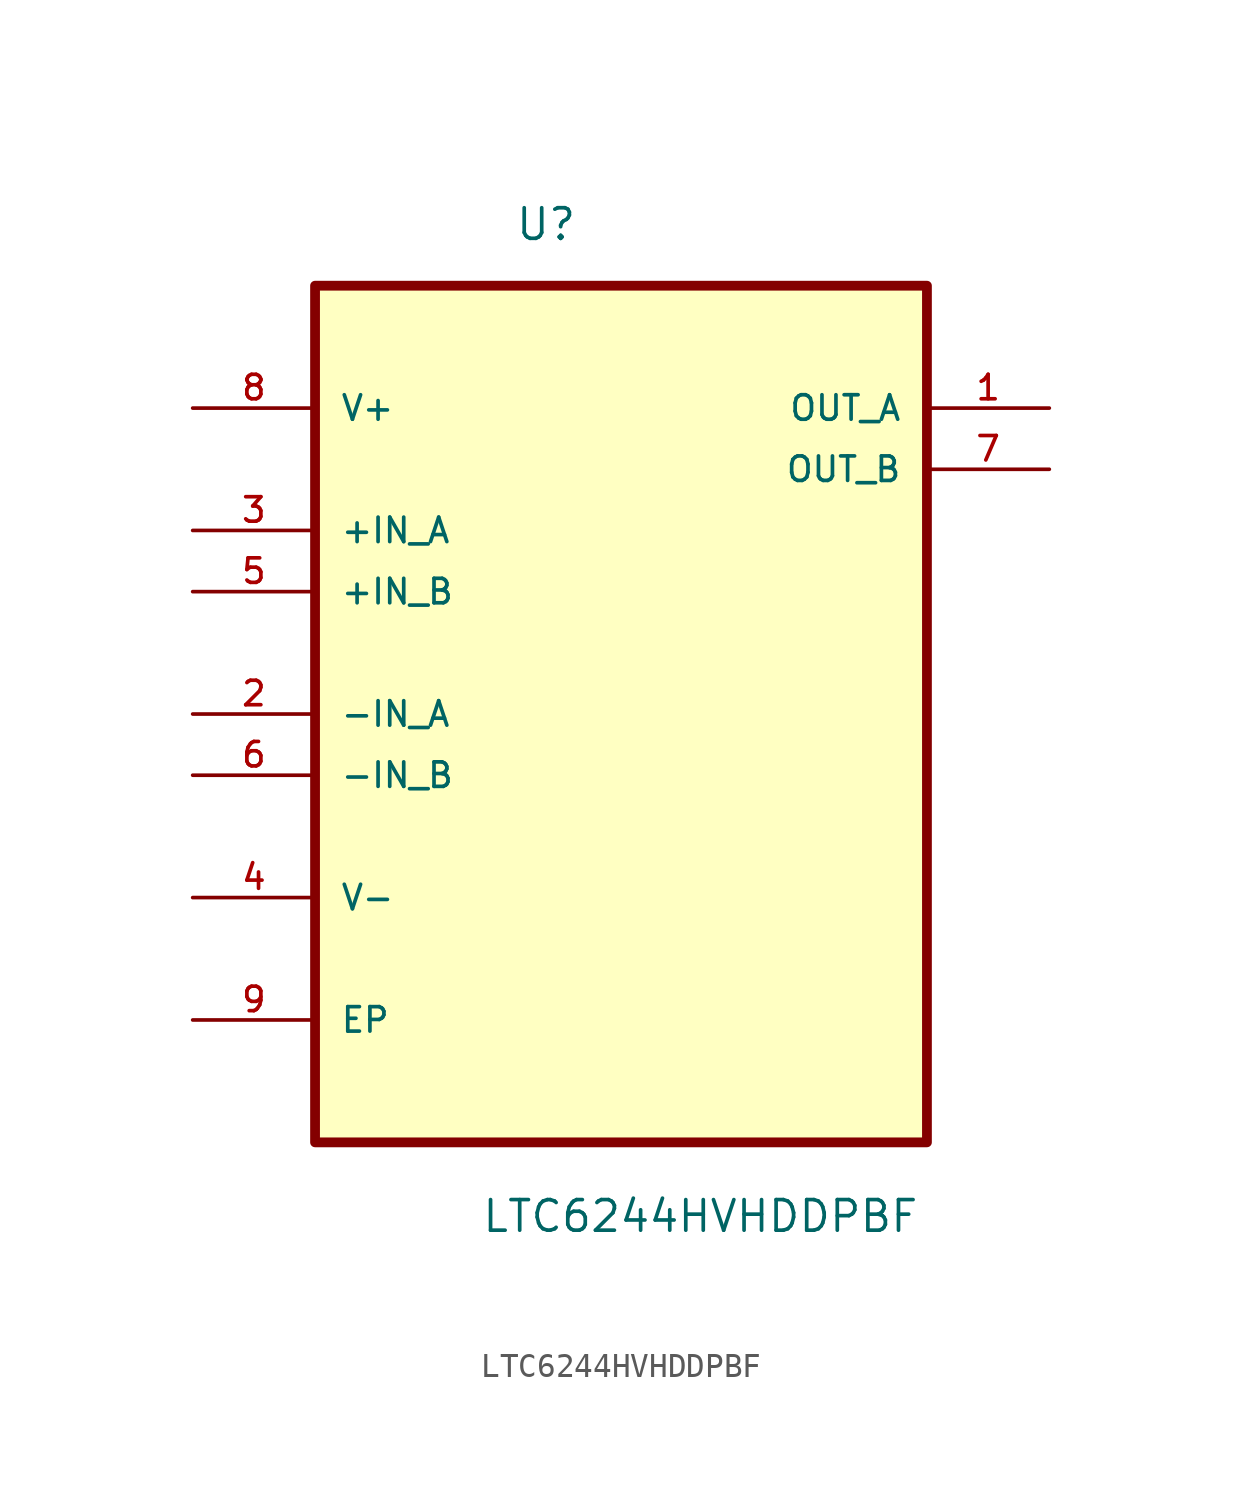
<source format=kicad_sym>
(kicad_symbol_lib
  (version 20211014)
  (generator kicad_symbol_editor)
  (symbol "LTC6244HVHDDPBF"
    (pin_names
      (offset 1.016))
    (property "Reference" "U"
      (at -4.42 17.043 0.0)
      (effects (font (size 1.27 1.27)) (justify bottom left)))
    (property "Value" "LTC6244HVHDDPBF"
      (at -5.817 -24.13 0.0)
      (effects (font (size 1.27 1.27)) (justify bottom left)))
    (symbol "LTC6244HVHDDPBF_0_0"
      (rectangle (start -12.7 -20.32) (end 12.7 15.24) (stroke (width 0.406)) (fill (type background)))
      (pin power_in line (at -17.78 10.16 0) (length 5.08) (name "V+" (effects (font (size 1.016 1.016)))) (number "8" (effects (font (size 1.016 1.016)))))
      (pin input line (at -17.78 5.08 0) (length 5.08) (name "+IN_A" (effects (font (size 1.016 1.016)))) (number "3" (effects (font (size 1.016 1.016)))))
      (pin input line (at -17.78 2.54 0) (length 5.08) (name "+IN_B" (effects (font (size 1.016 1.016)))) (number "5" (effects (font (size 1.016 1.016)))))
      (pin input line (at -17.78 -2.54 0) (length 5.08) (name "-IN_A" (effects (font (size 1.016 1.016)))) (number "2" (effects (font (size 1.016 1.016)))))
      (pin input line (at -17.78 -5.08 0) (length 5.08) (name "-IN_B" (effects (font (size 1.016 1.016)))) (number "6" (effects (font (size 1.016 1.016)))))
      (pin power_in line (at -17.78 -10.16 0) (length 5.08) (name "V-" (effects (font (size 1.016 1.016)))) (number "4" (effects (font (size 1.016 1.016)))))
      (pin passive line (at -17.78 -15.24 0) (length 5.08) (name "EP" (effects (font (size 1.016 1.016)))) (number "9" (effects (font (size 1.016 1.016)))))
      (pin output line (at 17.78 10.16 180.0) (length 5.08) (name "OUT_A" (effects (font (size 1.016 1.016)))) (number "1" (effects (font (size 1.016 1.016)))))
      (pin output line (at 17.78 7.62 180.0) (length 5.08) (name "OUT_B" (effects (font (size 1.016 1.016)))) (number "7" (effects (font (size 1.016 1.016))))))))
</source>
